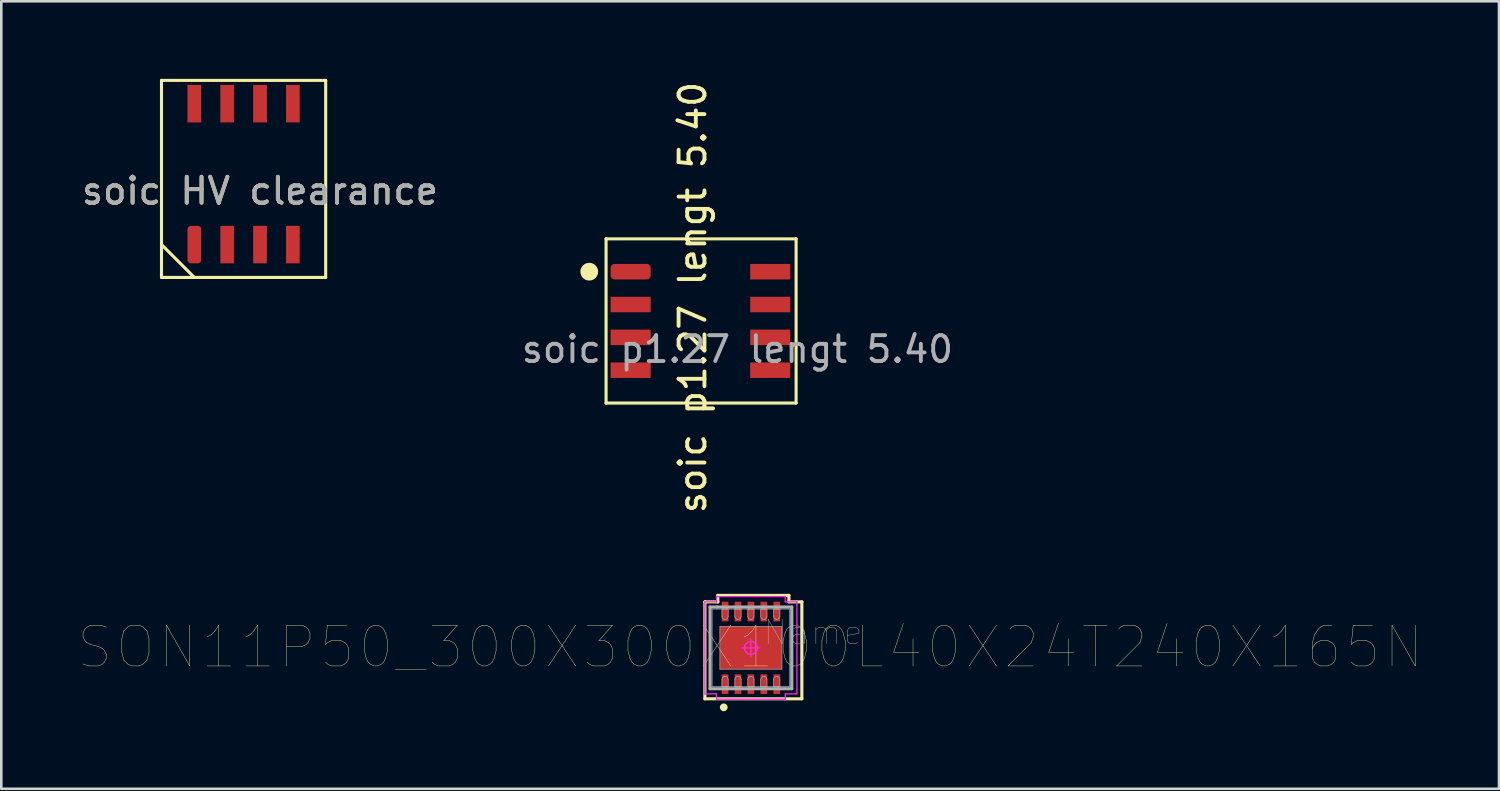
<source format=kicad_pcb>
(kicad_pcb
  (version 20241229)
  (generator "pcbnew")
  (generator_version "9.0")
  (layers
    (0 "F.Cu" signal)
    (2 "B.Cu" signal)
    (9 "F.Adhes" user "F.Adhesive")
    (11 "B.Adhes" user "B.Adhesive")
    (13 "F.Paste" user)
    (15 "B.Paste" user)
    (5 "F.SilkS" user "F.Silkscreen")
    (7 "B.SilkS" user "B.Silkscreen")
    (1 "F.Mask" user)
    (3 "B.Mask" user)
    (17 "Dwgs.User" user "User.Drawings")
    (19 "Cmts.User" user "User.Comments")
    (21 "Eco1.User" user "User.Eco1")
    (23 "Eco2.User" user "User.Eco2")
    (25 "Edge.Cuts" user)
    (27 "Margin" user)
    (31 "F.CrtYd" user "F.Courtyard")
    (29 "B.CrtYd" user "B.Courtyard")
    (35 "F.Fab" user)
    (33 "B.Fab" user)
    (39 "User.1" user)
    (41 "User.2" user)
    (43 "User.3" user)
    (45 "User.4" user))
  (footprint "soic HV clearance"
    (layer "F.Cu")
    (at 4.466 6.41)
    (property "Reference" "soic HV clearance" (at 2.54 -2.075 0) (unlocked yes) (layer "F.SilkS") (effects (font (size 1 1) (thickness 0.15))))
    (fp_line (start -1.27 -6.35) (end 5.08 -6.35) (stroke (width 0.12) (type solid)) (layer "F.SilkS"))
    (fp_line (start -1.27 0) (end -1.27 -6.35) (stroke (width 0.12) (type solid)) (layer "F.SilkS"))
    (fp_line (start -1.27 0) (end 0 1.27) (stroke (width 0.12) (type solid)) (layer "F.SilkS"))
    (fp_line (start -1.27 1.27) (end -1.27 0) (stroke (width 0.12) (type solid)) (layer "F.SilkS"))
    (fp_line (start 5.08 -6.35) (end 5.08 1.27) (stroke (width 0.12) (type solid)) (layer "F.SilkS"))
    (fp_line (start 5.08 1.27) (end -1.27 1.27) (stroke (width 0.12) (type solid)) (layer "F.SilkS"))
    (fp_text user "${REFERENCE}" (at 2.54 -2.08 0) (unlocked yes) (layer "F.Fab") (effects (font (size 1 1) (thickness 0.15))))
    (pad "1" smd roundrect (at 0 0) (size 0.53 1.45) (layers "F.Cu" "F.Mask" "F.Paste") (roundrect_rratio 0.25))
    (pad "2" smd rect (at 1.27 0) (size 0.53 1.45) (layers "F.Cu" "F.Mask" "F.Paste"))
    (pad "3" smd rect (at 2.54 0) (size 0.53 1.45) (layers "F.Cu" "F.Mask" "F.Paste"))
    (pad "4" smd rect (at 3.81 0) (size 0.53 1.45) (layers "F.Cu" "F.Mask" "F.Paste"))
    (pad "5" smd rect (at 3.81 -5.45) (size 0.53 1.45) (layers "F.Cu" "F.Mask" "F.Paste"))
    (pad "6" smd rect (at 2.54 -5.45) (size 0.53 1.45) (layers "F.Cu" "F.Mask" "F.Paste"))
    (pad "7" smd rect (at 1.27 -5.45) (size 0.53 1.45) (layers "F.Cu" "F.Mask" "F.Paste"))
    (pad "8" smd rect (at 0 -5.45) (size 0.53 1.45) (layers "F.Cu" "F.Mask" "F.Paste")))
  (footprint "soic p1.27 lengt 5.40"
    (layer "F.Cu")
    (at 21.34 7.458)
    (property "Reference" "soic p1.27 lengt 5.40" (at 2.4 1 90) (unlocked yes) (layer "F.SilkS") (effects (font (size 1 1) (thickness 0.15))))
    (fp_line (start -0.95 -1.27) (end 6.4 -1.27) (stroke (width 0.12) (type solid)) (layer "F.SilkS"))
    (fp_line (start -0.95 5.08) (end -0.95 -1.27) (stroke (width 0.12) (type solid)) (layer "F.SilkS"))
    (fp_line (start 6.4 5.08) (end -0.95 5.08) (stroke (width 0.12) (type solid)) (layer "F.SilkS"))
    (fp_line (start 6.4 5.08) (end 6.4 -1.27) (stroke (width 0.12) (type solid)) (layer "F.SilkS"))
    (fp_circle (center -1.6 0) (end -1.317 0) (stroke (width 0.12) (type solid)) (fill yes) (layer "F.SilkS"))
    (fp_text user "${REFERENCE}" (at 4.13 3 0) (unlocked yes) (layer "F.Fab") (effects (font (size 1 1) (thickness 0.15))))
    (pad "1" smd roundrect (at 0 0 90) (size 0.6 1.55) (layers "F.Cu" "F.Mask" "F.Paste") (roundrect_rratio 0.25))
    (pad "2" smd rect (at 0 1.27 90) (size 0.6 1.55) (layers "F.Cu" "F.Mask" "F.Paste"))
    (pad "3" smd rect (at 0 2.54 90) (size 0.6 1.55) (layers "F.Cu" "F.Mask" "F.Paste"))
    (pad "4" smd rect (at 0 3.81 90) (size 0.6 1.55) (layers "F.Cu" "F.Mask" "F.Paste"))
    (pad "5" smd rect (at 5.4 3.81 90) (size 0.6 1.55) (layers "F.Cu" "F.Mask" "F.Paste"))
    (pad "6" smd rect (at 5.4 2.54 90) (size 0.6 1.55) (layers "F.Cu" "F.Mask" "F.Paste"))
    (pad "7" smd rect (at 5.4 1.27 90) (size 0.6 1.55) (layers "F.Cu" "F.Mask" "F.Paste"))
    (pad "8" smd rect (at 5.4 0 90) (size 0.6 1.55) (layers "F.Cu" "F.Mask" "F.Paste")))
  (footprint "SON11P50_300X300X100L40X24T240X165N"
    (layer "F.Cu")
    (at 25.992 22.007)
    (property "Reference" "SON11P50_300X300X100L40X24T240X165N" (at -0.03 -0.03 0) (layer "F.SilkS") (effects (font (size 1.575 1.575) (thickness 0.015))))
    (fp_poly (pts (xy 1.2 0.825) (xy -1.2 0.825) (xy -1.2 -0.825) (xy 1.2 -0.825)) (stroke (width 0.01) (type solid)) (fill yes) (layer "F.Mask"))
    (fp_line (start -1.78 -1.78) (end -1.28 -1.78) (stroke (width 0.12) (type solid)) (layer "F.SilkS"))
    (fp_line (start -1.78 1.97) (end -1.78 -1.78) (stroke (width 0.12) (type solid)) (layer "F.SilkS"))
    (fp_line (start -1.28 -2.03) (end 1.47 -2.03) (stroke (width 0.12) (type solid)) (layer "F.SilkS"))
    (fp_line (start -1.28 -1.78) (end -1.28 -2.03) (stroke (width 0.12) (type solid)) (layer "F.SilkS"))
    (fp_line (start 1.47 -2.03) (end 1.47 -1.78) (stroke (width 0.12) (type solid)) (layer "F.SilkS"))
    (fp_line (start 1.47 -1.78) (end 1.97 -1.78) (stroke (width 0.12) (type solid)) (layer "F.SilkS"))
    (fp_line (start 1.97 -1.78) (end 1.97 1.97) (stroke (width 0.12) (type solid)) (layer "F.SilkS"))
    (fp_line (start 1.97 1.97) (end -1.78 1.97) (stroke (width 0.12) (type solid)) (layer "F.SilkS"))
    (fp_circle (center -1.05 2.3) (end -0.975 2.3) (stroke (width 0.15) (type solid)) (fill yes) (layer "F.SilkS"))
    (fp_poly (pts (xy -0.095 -0.095) (xy -1.015 -0.095) (xy -1.015 -0.635) (xy -0.095 -0.635)) (stroke (width 0.01) (type solid)) (fill yes) (layer "F.Paste"))
    (fp_poly (pts (xy -0.095 0.635) (xy -1.015 0.635) (xy -1.015 0.095) (xy -0.095 0.095)) (stroke (width 0.01) (type solid)) (fill yes) (layer "F.Paste"))
    (fp_poly (pts (xy 1.015 -0.095) (xy 0.095 -0.095) (xy 0.095 -0.635) (xy 1.015 -0.635)) (stroke (width 0.01) (type solid)) (fill yes) (layer "F.Paste"))
    (fp_poly (pts (xy 1.015 0.635) (xy 0.095 0.635) (xy 0.095 0.095) (xy 1.015 0.095)) (stroke (width 0.01) (type solid)) (fill yes) (layer "F.Paste"))
    (fp_line (start -1.78 -1.78) (end -1.78 1.78) (stroke (width 0.05) (type solid)) (layer "F.CrtYd"))
    (fp_line (start -1.78 1.78) (end -1.33 1.78) (stroke (width 0.05) (type solid)) (layer "F.CrtYd"))
    (fp_line (start -1.33 -1.985) (end -1.33 -1.78) (stroke (width 0.05) (type solid)) (layer "F.CrtYd"))
    (fp_line (start -1.33 -1.78) (end -1.78 -1.78) (stroke (width 0.05) (type solid)) (layer "F.CrtYd"))
    (fp_line (start -1.33 1.78) (end -1.33 1.985) (stroke (width 0.05) (type solid)) (layer "F.CrtYd"))
    (fp_line (start -1.33 1.985) (end 1.33 1.985) (stroke (width 0.05) (type solid)) (layer "F.CrtYd"))
    (fp_line (start -0.35 0) (end 0.35 0) (stroke (width 0.05) (type solid)) (layer "F.CrtYd"))
    (fp_line (start 0 -0.35) (end 0 0.35) (stroke (width 0.05) (type solid)) (layer "F.CrtYd"))
    (fp_line (start 1.33 -1.985) (end -1.33 -1.985) (stroke (width 0.05) (type solid)) (layer "F.CrtYd"))
    (fp_line (start 1.33 -1.78) (end 1.33 -1.985) (stroke (width 0.05) (type solid)) (layer "F.CrtYd"))
    (fp_line (start 1.33 1.78) (end 1.78 1.78) (stroke (width 0.05) (type solid)) (layer "F.CrtYd"))
    (fp_line (start 1.33 1.985) (end 1.33 1.78) (stroke (width 0.05) (type solid)) (layer "F.CrtYd"))
    (fp_line (start 1.78 -1.78) (end 1.33 -1.78) (stroke (width 0.05) (type solid)) (layer "F.CrtYd"))
    (fp_line (start 1.78 1.78) (end 1.78 -1.78) (stroke (width 0.05) (type solid)) (layer "F.CrtYd"))
    (fp_circle (center 0 0) (end 0.25 0) (stroke (width 0.05) (type solid)) (fill no) (layer "F.CrtYd"))
    (fp_line (start -1.58 -1.58) (end -1.31 -1.58) (stroke (width 0.12) (type solid)) (layer "F.Fab"))
    (fp_line (start -1.58 1.58) (end -1.58 -1.58) (stroke (width 0.12) (type solid)) (layer "F.Fab"))
    (fp_line (start -1.5 -1.5) (end 1.5 -1.5) (stroke (width 0.025) (type solid)) (layer "F.Fab"))
    (fp_line (start -1.5 1.5) (end -1.5 -1.5) (stroke (width 0.025) (type solid)) (layer "F.Fab"))
    (fp_line (start -1.31 -1.58) (end 1.58 -1.58) (stroke (width 0.12) (type solid)) (layer "F.Fab"))
    (fp_line (start -1.2 -0.825) (end 1.2 -0.825) (stroke (width 0.025) (type solid)) (layer "F.Fab"))
    (fp_line (start -1.2 0.825) (end -1.2 -0.825) (stroke (width 0.025) (type solid)) (layer "F.Fab"))
    (fp_line (start -1.12 -1.5) (end -1.12 -1.22) (stroke (width 0.025) (type solid)) (layer "F.Fab"))
    (fp_line (start -1.12 1.22) (end -1.12 1.5) (stroke (width 0.025) (type solid)) (layer "F.Fab"))
    (fp_line (start -1.12 1.5) (end -0.88 1.5) (stroke (width 0.025) (type solid)) (layer "F.Fab"))
    (fp_line (start -0.88 -1.5) (end -1.12 -1.5) (stroke (width 0.025) (type solid)) (layer "F.Fab"))
    (fp_line (start -0.88 -1.22) (end -0.88 -1.5) (stroke (width 0.025) (type solid)) (layer "F.Fab"))
    (fp_line (start -0.88 1.5) (end -0.88 1.22) (stroke (width 0.025) (type solid)) (layer "F.Fab"))
    (fp_line (start -0.62 -1.5) (end -0.62 -1.22) (stroke (width 0.025) (type solid)) (layer "F.Fab"))
    (fp_line (start -0.62 1.22) (end -0.62 1.5) (stroke (width 0.025) (type solid)) (layer "F.Fab"))
    (fp_line (start -0.62 1.5) (end -0.38 1.5) (stroke (width 0.025) (type solid)) (layer "F.Fab"))
    (fp_line (start -0.38 -1.5) (end -0.62 -1.5) (stroke (width 0.025) (type solid)) (layer "F.Fab"))
    (fp_line (start -0.38 -1.22) (end -0.38 -1.5) (stroke (width 0.025) (type solid)) (layer "F.Fab"))
    (fp_line (start -0.38 1.5) (end -0.38 1.22) (stroke (width 0.025) (type solid)) (layer "F.Fab"))
    (fp_line (start -0.12 -1.5) (end -0.12 -1.22) (stroke (width 0.025) (type solid)) (layer "F.Fab"))
    (fp_line (start -0.12 1.22) (end -0.12 1.5) (stroke (width 0.025) (type solid)) (layer "F.Fab"))
    (fp_line (start -0.12 1.5) (end 0.12 1.5) (stroke (width 0.025) (type solid)) (layer "F.Fab"))
    (fp_line (start 0.12 -1.5) (end -0.12 -1.5) (stroke (width 0.025) (type solid)) (layer "F.Fab"))
    (fp_line (start 0.12 -1.22) (end 0.12 -1.5) (stroke (width 0.025) (type solid)) (layer "F.Fab"))
    (fp_line (start 0.12 1.5) (end 0.12 1.22) (stroke (width 0.025) (type solid)) (layer "F.Fab"))
    (fp_line (start 0.38 -1.5) (end 0.38 -1.22) (stroke (width 0.025) (type solid)) (layer "F.Fab"))
    (fp_line (start 0.38 1.22) (end 0.38 1.5) (stroke (width 0.025) (type solid)) (layer "F.Fab"))
    (fp_line (start 0.38 1.5) (end 0.62 1.5) (stroke (width 0.025) (type solid)) (layer "F.Fab"))
    (fp_line (start 0.62 -1.5) (end 0.38 -1.5) (stroke (width 0.025) (type solid)) (layer "F.Fab"))
    (fp_line (start 0.62 -1.22) (end 0.62 -1.5) (stroke (width 0.025) (type solid)) (layer "F.Fab"))
    (fp_line (start 0.62 1.5) (end 0.62 1.22) (stroke (width 0.025) (type solid)) (layer "F.Fab"))
    (fp_line (start 0.88 -1.5) (end 0.88 -1.22) (stroke (width 0.025) (type solid)) (layer "F.Fab"))
    (fp_line (start 0.88 1.22) (end 0.88 1.5) (stroke (width 0.025) (type solid)) (layer "F.Fab"))
    (fp_line (start 0.88 1.5) (end 1.12 1.5) (stroke (width 0.025) (type solid)) (layer "F.Fab"))
    (fp_line (start 1.12 -1.5) (end 0.88 -1.5) (stroke (width 0.025) (type solid)) (layer "F.Fab"))
    (fp_line (start 1.12 -1.22) (end 1.12 -1.5) (stroke (width 0.025) (type solid)) (layer "F.Fab"))
    (fp_line (start 1.12 1.5) (end 1.12 1.22) (stroke (width 0.025) (type solid)) (layer "F.Fab"))
    (fp_line (start 1.2 -0.825) (end 1.2 0.825) (stroke (width 0.025) (type solid)) (layer "F.Fab"))
    (fp_line (start 1.2 0.825) (end -1.2 0.825) (stroke (width 0.025) (type solid)) (layer "F.Fab"))
    (fp_line (start 1.5 -1.5) (end 1.5 1.5) (stroke (width 0.025) (type solid)) (layer "F.Fab"))
    (fp_line (start 1.5 1.5) (end -1.5 1.5) (stroke (width 0.025) (type solid)) (layer "F.Fab"))
    (fp_line (start 1.58 1.58) (end -1.58 1.58) (stroke (width 0.12) (type solid)) (layer "F.Fab"))
    (fp_line (start 1.58 1.58) (end 1.58 -1.58) (stroke (width 0.12) (type solid)) (layer "F.Fab"))
    (fp_arc (start -1.12 1.22) (mid -1 1.1) (end -0.88 1.22) (stroke (width 0.025) (type solid)) (layer "F.Fab"))
    (fp_arc (start -0.88 -1.22) (mid -1 -1.1) (end -1.12 -1.22) (stroke (width 0.025) (type solid)) (layer "F.Fab"))
    (fp_arc (start -0.62 1.22) (mid -0.5 1.1) (end -0.38 1.22) (stroke (width 0.025) (type solid)) (layer "F.Fab"))
    (fp_arc (start -0.38 -1.22) (mid -0.5 -1.1) (end -0.62 -1.22) (stroke (width 0.025) (type solid)) (layer "F.Fab"))
    (fp_arc (start -0.12 1.22) (mid 0 1.1) (end 0.12 1.22) (stroke (width 0.025) (type solid)) (layer "F.Fab"))
    (fp_arc (start 0.12 -1.22) (mid 0 -1.1) (end -0.12 -1.22) (stroke (width 0.025) (type solid)) (layer "F.Fab"))
    (fp_arc (start 0.38 1.22) (mid 0.5 1.1) (end 0.62 1.22) (stroke (width 0.025) (type solid)) (layer "F.Fab"))
    (fp_arc (start 0.62 -1.22) (mid 0.5 -1.1) (end 0.38 -1.22) (stroke (width 0.025) (type solid)) (layer "F.Fab"))
    (fp_arc (start 0.88 1.22) (mid 1 1.1) (end 1.12 1.22) (stroke (width 0.025) (type solid)) (layer "F.Fab"))
    (fp_arc (start 1.12 -1.22) (mid 1 -1.1) (end 0.88 -1.22) (stroke (width 0.025) (type solid)) (layer "F.Fab"))
    (fp_text user "Name" (at 2.4 -0.6 0) (layer "Dwgs.User") (effects (font (size 0.945 0.945) (thickness 0.015))))
    (pad "1" smd rect (at -1 1.405) (size 0.26 0.76) (layers "F.Cu" "F.Mask" "F.Paste"))
    (pad "2" smd rect (at -0.5 1.405) (size 0.26 0.76) (layers "F.Cu" "F.Mask" "F.Paste"))
    (pad "3" smd rect (at 0 1.405) (size 0.26 0.76) (layers "F.Cu" "F.Mask" "F.Paste"))
    (pad "4" smd rect (at 0.5 1.405) (size 0.26 0.76) (layers "F.Cu" "F.Mask" "F.Paste"))
    (pad "5" smd rect (at 1 1.405) (size 0.26 0.76) (layers "F.Cu" "F.Mask" "F.Paste"))
    (pad "6" smd rect (at 1 -1.405) (size 0.26 0.76) (layers "F.Cu" "F.Mask" "F.Paste"))
    (pad "7" smd rect (at 0.5 -1.405) (size 0.26 0.76) (layers "F.Cu" "F.Mask" "F.Paste"))
    (pad "8" smd rect (at 0 -1.405) (size 0.26 0.76) (layers "F.Cu" "F.Mask" "F.Paste"))
    (pad "9" smd rect (at -0.5 -1.405) (size 0.26 0.76) (layers "F.Cu" "F.Mask" "F.Paste"))
    (pad "10" smd rect (at -1 -1.405) (size 0.26 0.76) (layers "F.Cu" "F.Mask" "F.Paste"))
    (pad "11" smd rect (at 0 0) (size 2.4 1.65) (layers "F.Cu")))
  (gr_rect
    (start -3 -3)
    (end 54.924 27.457)
    (stroke (width 0.1) (type default))
    (fill no)
    (layer "Edge.Cuts")))
</source>
